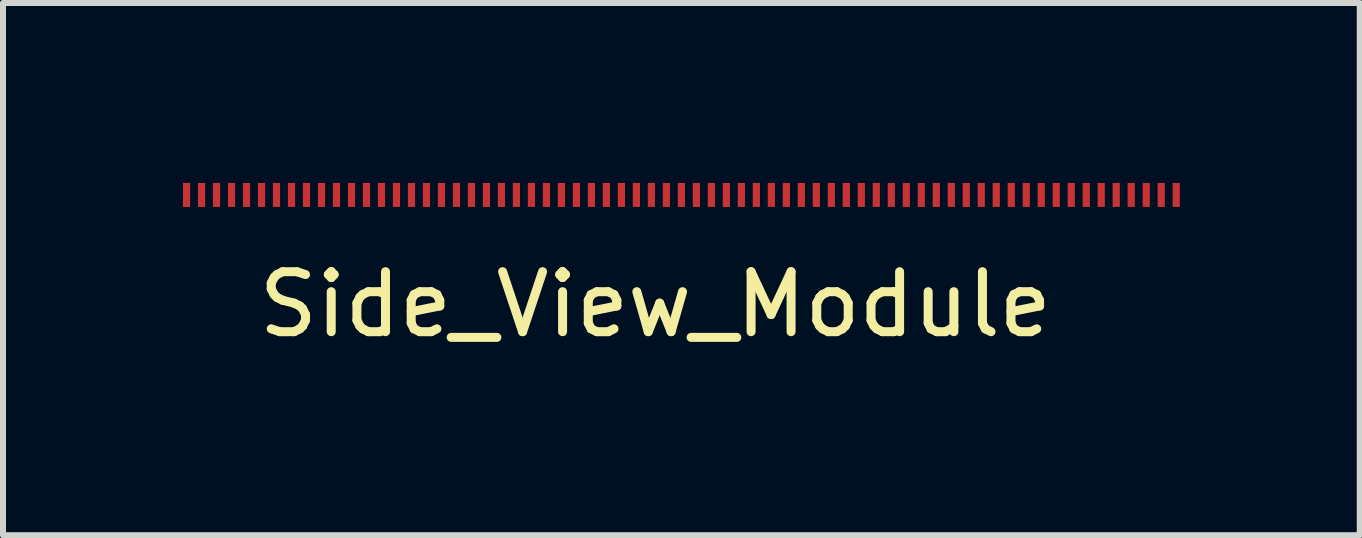
<source format=kicad_pcb>
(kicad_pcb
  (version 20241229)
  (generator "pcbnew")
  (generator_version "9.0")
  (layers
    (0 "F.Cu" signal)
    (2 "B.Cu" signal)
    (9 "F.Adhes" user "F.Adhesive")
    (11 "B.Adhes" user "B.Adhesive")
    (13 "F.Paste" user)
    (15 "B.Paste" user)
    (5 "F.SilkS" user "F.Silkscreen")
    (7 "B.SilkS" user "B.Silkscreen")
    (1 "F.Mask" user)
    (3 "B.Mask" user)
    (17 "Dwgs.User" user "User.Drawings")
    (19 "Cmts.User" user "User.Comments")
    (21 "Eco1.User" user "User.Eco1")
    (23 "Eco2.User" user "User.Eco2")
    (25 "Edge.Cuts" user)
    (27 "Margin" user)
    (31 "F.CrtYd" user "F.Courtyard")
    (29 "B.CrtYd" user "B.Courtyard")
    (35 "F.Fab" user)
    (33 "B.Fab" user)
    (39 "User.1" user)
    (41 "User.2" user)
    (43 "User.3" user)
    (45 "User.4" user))
  (footprint "Side_View_Module"
    (layer "F.Cu")
    (at 7.877 2.525)
    (property "Reference" "Side_View_Module" (at 0 -0.5 0) (unlocked yes) (layer "F.SilkS") (effects (font (size 1 1) (thickness 0.15))))
    (attr smd)
    (pad "1" smd rect (at -7.817 -2.325) (size 0.12 0.4) (layers "F.Cu" "F.Mask" "F.Paste"))
    (pad "2" smd rect (at -7.567 -2.325) (size 0.12 0.4) (layers "F.Cu" "F.Mask" "F.Paste"))
    (pad "3" smd rect (at -7.317 -2.325) (size 0.12 0.4) (layers "F.Cu" "F.Mask" "F.Paste"))
    (pad "4" smd rect (at -7.067 -2.325) (size 0.12 0.4) (layers "F.Cu" "F.Mask" "F.Paste"))
    (pad "5" smd rect (at -6.817 -2.325) (size 0.12 0.4) (layers "F.Cu" "F.Mask" "F.Paste"))
    (pad "6" smd rect (at -6.567 -2.325) (size 0.12 0.4) (layers "F.Cu" "F.Mask" "F.Paste"))
    (pad "7" smd rect (at -6.317 -2.325) (size 0.12 0.4) (layers "F.Cu" "F.Mask" "F.Paste"))
    (pad "8" smd rect (at -6.067 -2.325) (size 0.12 0.4) (layers "F.Cu" "F.Mask" "F.Paste"))
    (pad "9" smd rect (at -5.817 -2.325) (size 0.12 0.4) (layers "F.Cu" "F.Mask" "F.Paste"))
    (pad "10" smd rect (at -5.567 -2.325) (size 0.12 0.4) (layers "F.Cu" "F.Mask" "F.Paste"))
    (pad "11" smd rect (at -5.317 -2.325) (size 0.12 0.4) (layers "F.Cu" "F.Mask" "F.Paste"))
    (pad "12" smd rect (at -5.067 -2.325) (size 0.12 0.4) (layers "F.Cu" "F.Mask" "F.Paste"))
    (pad "13" smd rect (at -4.817 -2.325) (size 0.12 0.4) (layers "F.Cu" "F.Mask" "F.Paste"))
    (pad "14" smd rect (at -4.567 -2.325) (size 0.12 0.4) (layers "F.Cu" "F.Mask" "F.Paste"))
    (pad "15" smd rect (at -4.317 -2.325) (size 0.12 0.4) (layers "F.Cu" "F.Mask" "F.Paste"))
    (pad "16" smd rect (at -4.067 -2.325) (size 0.12 0.4) (layers "F.Cu" "F.Mask" "F.Paste"))
    (pad "17" smd rect (at -3.817 -2.325) (size 0.12 0.4) (layers "F.Cu" "F.Mask" "F.Paste"))
    (pad "18" smd rect (at -3.567 -2.325) (size 0.12 0.4) (layers "F.Cu" "F.Mask" "F.Paste"))
    (pad "19" smd rect (at -3.317 -2.325) (size 0.12 0.4) (layers "F.Cu" "F.Mask" "F.Paste"))
    (pad "20" smd rect (at -3.067 -2.325) (size 0.12 0.4) (layers "F.Cu" "F.Mask" "F.Paste"))
    (pad "21" smd rect (at -2.817 -2.325) (size 0.12 0.4) (layers "F.Cu" "F.Mask" "F.Paste"))
    (pad "22" smd rect (at -2.567 -2.325) (size 0.12 0.4) (layers "F.Cu" "F.Mask" "F.Paste"))
    (pad "23" smd rect (at -2.317 -2.325) (size 0.12 0.4) (layers "F.Cu" "F.Mask" "F.Paste"))
    (pad "24" smd rect (at -2.067 -2.325) (size 0.12 0.4) (layers "F.Cu" "F.Mask" "F.Paste"))
    (pad "25" smd rect (at -1.817 -2.325) (size 0.12 0.4) (layers "F.Cu" "F.Mask" "F.Paste"))
    (pad "26" smd rect (at -1.567 -2.325) (size 0.12 0.4) (layers "F.Cu" "F.Mask" "F.Paste"))
    (pad "27" smd rect (at -1.317 -2.325) (size 0.12 0.4) (layers "F.Cu" "F.Mask" "F.Paste"))
    (pad "28" smd rect (at -1.067 -2.325) (size 0.12 0.4) (layers "F.Cu" "F.Mask" "F.Paste"))
    (pad "29" smd rect (at -0.817 -2.325) (size 0.12 0.4) (layers "F.Cu" "F.Mask" "F.Paste"))
    (pad "30" smd rect (at -0.567 -2.325) (size 0.12 0.4) (layers "F.Cu" "F.Mask" "F.Paste"))
    (pad "31" smd rect (at -0.317 -2.325) (size 0.12 0.4) (layers "F.Cu" "F.Mask" "F.Paste"))
    (pad "32" smd rect (at -0.067 -2.325) (size 0.12 0.4) (layers "F.Cu" "F.Mask" "F.Paste"))
    (pad "33" smd rect (at 0.183 -2.325) (size 0.12 0.4) (layers "F.Cu" "F.Mask" "F.Paste"))
    (pad "34" smd rect (at 0.433 -2.325) (size 0.12 0.4) (layers "F.Cu" "F.Mask" "F.Paste"))
    (pad "35" smd rect (at 0.683 -2.325) (size 0.12 0.4) (layers "F.Cu" "F.Mask" "F.Paste"))
    (pad "36" smd rect (at 0.933 -2.325) (size 0.12 0.4) (layers "F.Cu" "F.Mask" "F.Paste"))
    (pad "37" smd rect (at 1.183 -2.325) (size 0.12 0.4) (layers "F.Cu" "F.Mask" "F.Paste"))
    (pad "38" smd rect (at 1.433 -2.325) (size 0.12 0.4) (layers "F.Cu" "F.Mask" "F.Paste"))
    (pad "39" smd rect (at 1.683 -2.325) (size 0.12 0.4) (layers "F.Cu" "F.Mask" "F.Paste"))
    (pad "40" smd rect (at 1.933 -2.325) (size 0.12 0.4) (layers "F.Cu" "F.Mask" "F.Paste"))
    (pad "41" smd rect (at 2.183 -2.325) (size 0.12 0.4) (layers "F.Cu" "F.Mask" "F.Paste"))
    (pad "42" smd rect (at 2.433 -2.325) (size 0.12 0.4) (layers "F.Cu" "F.Mask" "F.Paste"))
    (pad "43" smd rect (at 2.683 -2.325) (size 0.12 0.4) (layers "F.Cu" "F.Mask" "F.Paste"))
    (pad "44" smd rect (at 2.933 -2.325) (size 0.12 0.4) (layers "F.Cu" "F.Mask" "F.Paste"))
    (pad "45" smd rect (at 3.183 -2.325) (size 0.12 0.4) (layers "F.Cu" "F.Mask" "F.Paste"))
    (pad "46" smd rect (at 3.433 -2.325) (size 0.12 0.4) (layers "F.Cu" "F.Mask" "F.Paste"))
    (pad "47" smd rect (at 3.683 -2.325) (size 0.12 0.4) (layers "F.Cu" "F.Mask" "F.Paste"))
    (pad "48" smd rect (at 3.933 -2.325) (size 0.12 0.4) (layers "F.Cu" "F.Mask" "F.Paste"))
    (pad "49" smd rect (at 4.183 -2.325) (size 0.12 0.4) (layers "F.Cu" "F.Mask" "F.Paste"))
    (pad "50" smd rect (at 4.433 -2.325) (size 0.12 0.4) (layers "F.Cu" "F.Mask" "F.Paste"))
    (pad "51" smd rect (at 4.683 -2.325) (size 0.12 0.4) (layers "F.Cu" "F.Mask" "F.Paste"))
    (pad "52" smd rect (at 4.933 -2.325) (size 0.12 0.4) (layers "F.Cu" "F.Mask" "F.Paste"))
    (pad "53" smd rect (at 5.183 -2.325) (size 0.12 0.4) (layers "F.Cu" "F.Mask" "F.Paste"))
    (pad "54" smd rect (at 5.433 -2.325) (size 0.12 0.4) (layers "F.Cu" "F.Mask" "F.Paste"))
    (pad "55" smd rect (at 5.683 -2.325) (size 0.12 0.4) (layers "F.Cu" "F.Mask" "F.Paste"))
    (pad "56" smd rect (at 5.933 -2.325) (size 0.12 0.4) (layers "F.Cu" "F.Mask" "F.Paste"))
    (pad "57" smd rect (at 6.183 -2.325) (size 0.12 0.4) (layers "F.Cu" "F.Mask" "F.Paste"))
    (pad "58" smd rect (at 6.433 -2.325) (size 0.12 0.4) (layers "F.Cu" "F.Mask" "F.Paste"))
    (pad "59" smd rect (at 6.683 -2.325) (size 0.12 0.4) (layers "F.Cu" "F.Mask" "F.Paste"))
    (pad "60" smd rect (at 6.933 -2.325) (size 0.12 0.4) (layers "F.Cu" "F.Mask" "F.Paste"))
    (pad "61" smd rect (at 7.183 -2.325) (size 0.12 0.4) (layers "F.Cu" "F.Mask" "F.Paste"))
    (pad "62" smd rect (at 7.433 -2.325) (size 0.12 0.4) (layers "F.Cu" "F.Mask" "F.Paste"))
    (pad "63" smd rect (at 7.683 -2.325) (size 0.12 0.4) (layers "F.Cu" "F.Mask" "F.Paste"))
    (pad "64" smd rect (at 7.933 -2.325) (size 0.12 0.4) (layers "F.Cu" "F.Mask" "F.Paste"))
    (pad "65" smd rect (at 8.183 -2.325) (size 0.12 0.4) (layers "F.Cu" "F.Mask" "F.Paste"))
    (pad "66" smd rect (at 8.433 -2.325) (size 0.12 0.4) (layers "F.Cu" "F.Mask" "F.Paste"))
    (pad "67" smd rect (at 8.683 -2.325) (size 0.12 0.4) (layers "F.Cu" "F.Mask" "F.Paste")))
  (gr_rect
    (start -3 -3)
    (end 19.62 5.873)
    (stroke (width 0.1) (type default))
    (fill no)
    (layer "Edge.Cuts")))
</source>
